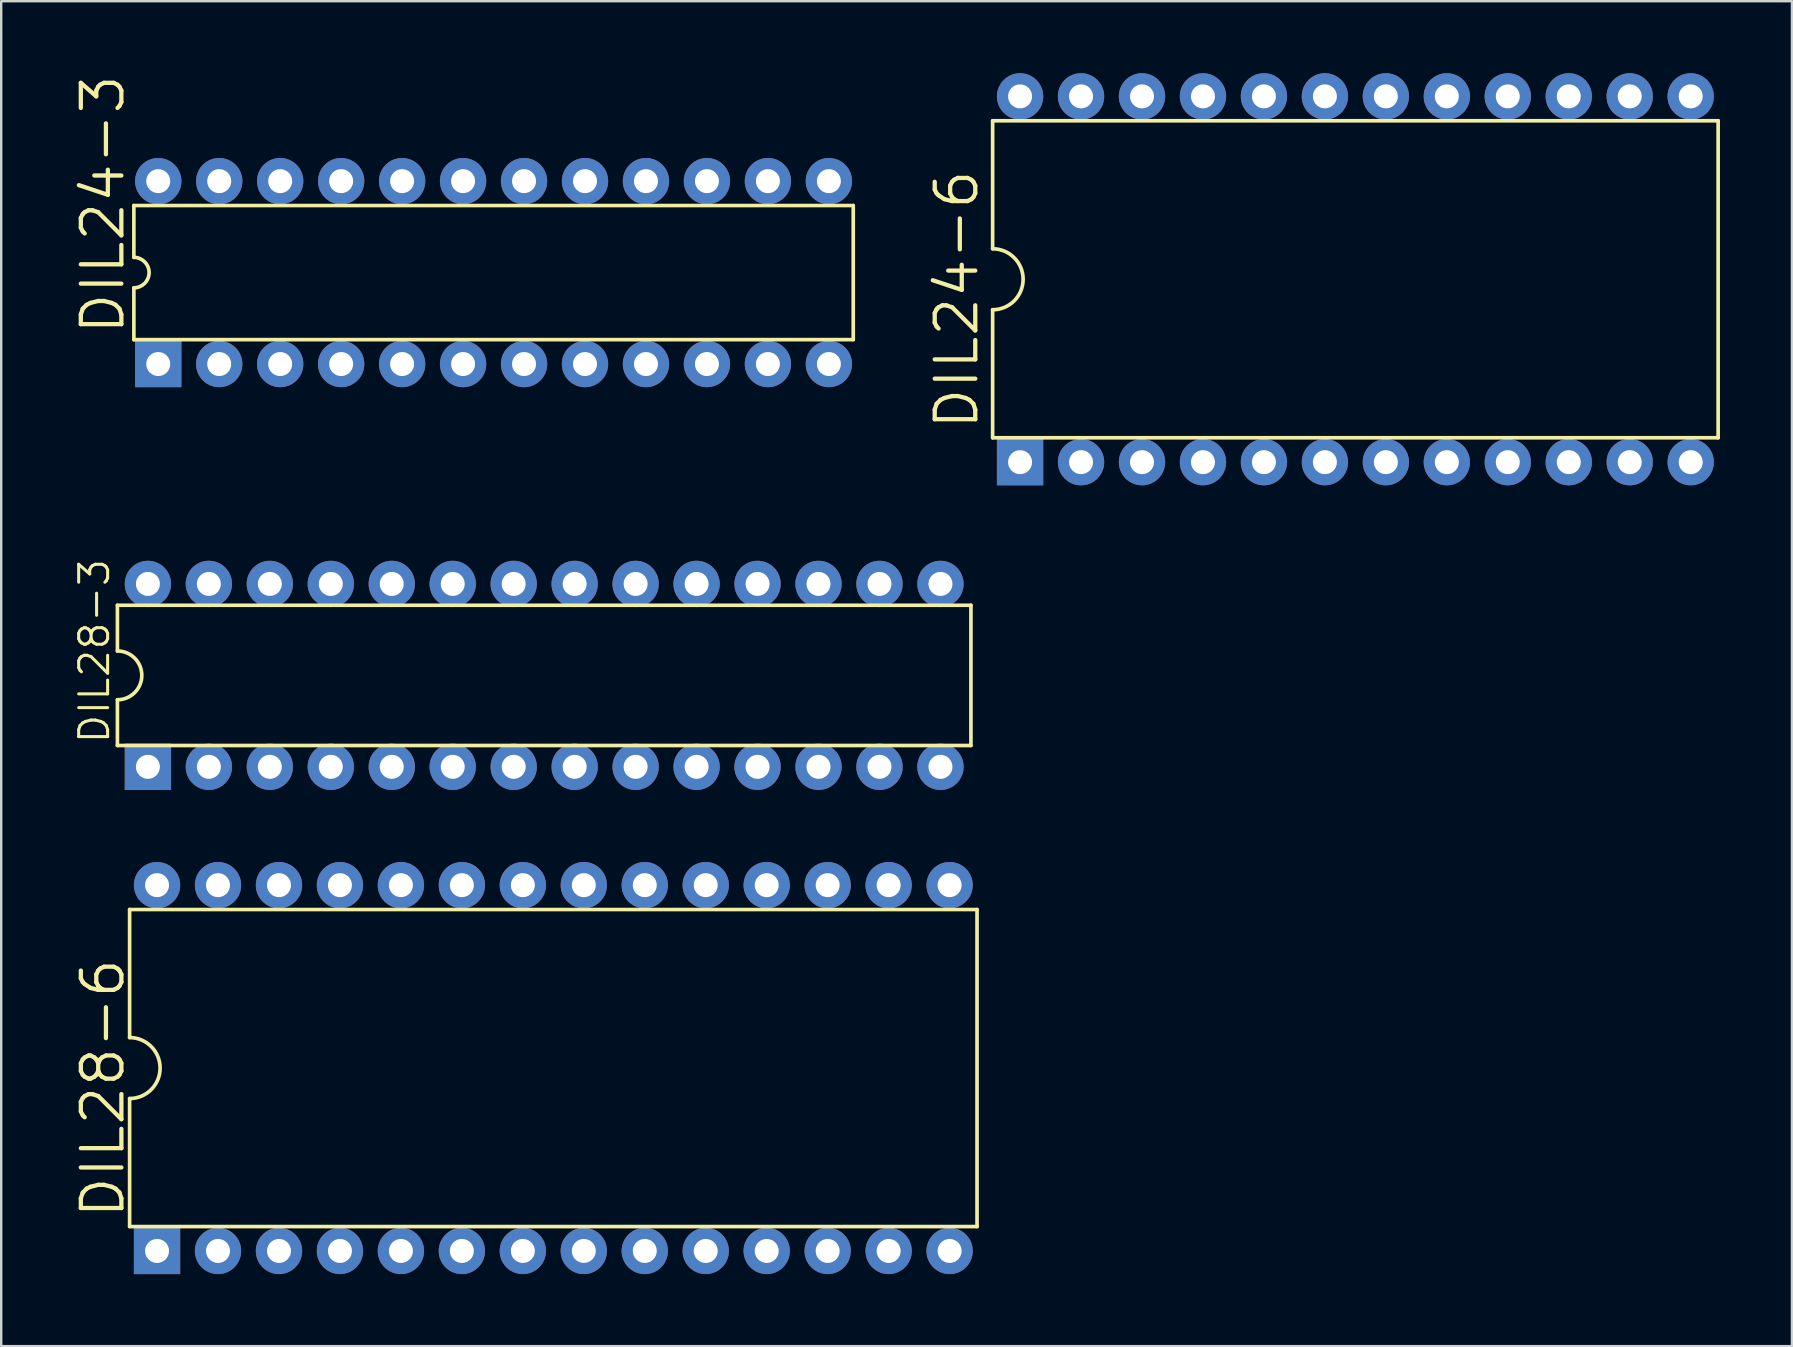
<source format=kicad_pcb>
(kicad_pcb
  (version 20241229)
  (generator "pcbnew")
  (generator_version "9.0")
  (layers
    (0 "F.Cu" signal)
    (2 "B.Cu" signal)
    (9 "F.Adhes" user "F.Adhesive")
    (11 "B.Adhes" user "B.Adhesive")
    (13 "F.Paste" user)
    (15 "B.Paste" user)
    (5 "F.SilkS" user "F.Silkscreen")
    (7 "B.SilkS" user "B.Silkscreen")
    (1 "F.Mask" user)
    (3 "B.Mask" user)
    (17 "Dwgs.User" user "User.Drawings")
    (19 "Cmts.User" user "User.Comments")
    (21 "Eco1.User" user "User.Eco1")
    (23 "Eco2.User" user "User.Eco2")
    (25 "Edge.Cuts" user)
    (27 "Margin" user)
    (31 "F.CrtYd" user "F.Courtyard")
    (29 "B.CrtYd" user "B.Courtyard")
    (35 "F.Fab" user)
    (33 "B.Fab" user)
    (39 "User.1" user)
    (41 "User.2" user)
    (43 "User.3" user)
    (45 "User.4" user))
  (footprint "DIL28-3"
    (layer "F.Cu")
    (at 19.622 25.088)
    (property "Reference" "DIL28-3" (at -18.034 2.921 90) (layer "F.SilkS") (effects (font (size 1.206 1.206) (thickness 0.127)) (justify left bottom)))
    (attr through_hole)
    (fp_line (start -17.78 -2.921) (end -17.78 -1.016) (stroke (width 0.152) (type solid)) (layer "F.SilkS"))
    (fp_line (start -17.78 2.921) (end -17.78 1.016) (stroke (width 0.152) (type solid)) (layer "F.SilkS"))
    (fp_line (start -17.78 2.921) (end 17.78 2.921) (stroke (width 0.152) (type solid)) (layer "F.SilkS"))
    (fp_line (start 17.78 -2.921) (end -17.78 -2.921) (stroke (width 0.152) (type solid)) (layer "F.SilkS"))
    (fp_line (start 17.78 -2.921) (end 17.78 2.921) (stroke (width 0.152) (type solid)) (layer "F.SilkS"))
    (fp_arc (start -17.78 -1.016) (mid -16.764 0) (end -17.78 1.016) (stroke (width 0.1524) (type solid)) (layer "F.SilkS"))
    (pad "1" thru_hole rect (at -16.51 3.81 90) (size 1.93 1.93) (drill 1) (layers "*.Cu" "*.Mask"))
    (pad "2" thru_hole oval (at -13.97 3.81 90) (size 1.93 1.93) (drill 1) (layers "*.Cu" "*.Mask"))
    (pad "3" thru_hole oval (at -11.43 3.81 90) (size 1.93 1.93) (drill 1) (layers "*.Cu" "*.Mask"))
    (pad "4" thru_hole oval (at -8.89 3.81 90) (size 1.93 1.93) (drill 1) (layers "*.Cu" "*.Mask"))
    (pad "5" thru_hole oval (at -6.35 3.81 90) (size 1.93 1.93) (drill 1) (layers "*.Cu" "*.Mask"))
    (pad "6" thru_hole oval (at -3.81 3.81 90) (size 1.93 1.93) (drill 1) (layers "*.Cu" "*.Mask"))
    (pad "7" thru_hole oval (at -1.27 3.81 90) (size 1.93 1.93) (drill 1) (layers "*.Cu" "*.Mask"))
    (pad "8" thru_hole oval (at 1.27 3.81 90) (size 1.93 1.93) (drill 1) (layers "*.Cu" "*.Mask"))
    (pad "9" thru_hole oval (at 3.81 3.81 90) (size 1.93 1.93) (drill 1) (layers "*.Cu" "*.Mask"))
    (pad "10" thru_hole oval (at 6.35 3.81 90) (size 1.93 1.93) (drill 1) (layers "*.Cu" "*.Mask"))
    (pad "11" thru_hole oval (at 8.89 3.81 90) (size 1.93 1.93) (drill 1) (layers "*.Cu" "*.Mask"))
    (pad "12" thru_hole oval (at 11.43 3.81 90) (size 1.93 1.93) (drill 1) (layers "*.Cu" "*.Mask"))
    (pad "13" thru_hole oval (at 13.97 3.81 90) (size 1.93 1.93) (drill 1) (layers "*.Cu" "*.Mask"))
    (pad "14" thru_hole oval (at 16.51 3.81 90) (size 1.93 1.93) (drill 1) (layers "*.Cu" "*.Mask"))
    (pad "15" thru_hole oval (at 16.51 -3.81 90) (size 1.93 1.93) (drill 1) (layers "*.Cu" "*.Mask"))
    (pad "16" thru_hole oval (at 13.97 -3.81 90) (size 1.93 1.93) (drill 1) (layers "*.Cu" "*.Mask"))
    (pad "17" thru_hole oval (at 11.43 -3.81 90) (size 1.93 1.93) (drill 1) (layers "*.Cu" "*.Mask"))
    (pad "18" thru_hole oval (at 8.89 -3.81 90) (size 1.93 1.93) (drill 1) (layers "*.Cu" "*.Mask"))
    (pad "19" thru_hole oval (at 6.35 -3.81 90) (size 1.93 1.93) (drill 1) (layers "*.Cu" "*.Mask"))
    (pad "20" thru_hole oval (at 3.81 -3.81 90) (size 1.93 1.93) (drill 1) (layers "*.Cu" "*.Mask"))
    (pad "21" thru_hole oval (at 1.27 -3.81 90) (size 1.93 1.93) (drill 1) (layers "*.Cu" "*.Mask"))
    (pad "22" thru_hole oval (at -1.27 -3.81 90) (size 1.93 1.93) (drill 1) (layers "*.Cu" "*.Mask"))
    (pad "23" thru_hole oval (at -3.81 -3.81 90) (size 1.93 1.93) (drill 1) (layers "*.Cu" "*.Mask"))
    (pad "24" thru_hole oval (at -6.35 -3.81 90) (size 1.93 1.93) (drill 1) (layers "*.Cu" "*.Mask"))
    (pad "25" thru_hole oval (at -8.89 -3.81 90) (size 1.93 1.93) (drill 1) (layers "*.Cu" "*.Mask"))
    (pad "26" thru_hole oval (at -11.43 -3.81 90) (size 1.93 1.93) (drill 1) (layers "*.Cu" "*.Mask"))
    (pad "27" thru_hole oval (at -13.97 -3.81 90) (size 1.93 1.93) (drill 1) (layers "*.Cu" "*.Mask"))
    (pad "28" thru_hole oval (at -16.51 -3.81 90) (size 1.93 1.93) (drill 1) (layers "*.Cu" "*.Mask")))
  (footprint "DIL24-3"
    (layer "F.Cu")
    (at 17.513 8.307)
    (property "Reference" "DIL24-3" (at -15.291 2.667 90) (layer "F.SilkS") (effects (font (size 1.689 1.689) (thickness 0.178)) (justify left bottom)))
    (attr through_hole)
    (fp_line (start -14.986 -2.794) (end -14.986 -0.635) (stroke (width 0.152) (type solid)) (layer "F.SilkS"))
    (fp_line (start -14.986 -2.794) (end 14.986 -2.794) (stroke (width 0.152) (type solid)) (layer "F.SilkS"))
    (fp_line (start -14.986 0.635) (end -14.986 2.794) (stroke (width 0.152) (type solid)) (layer "F.SilkS"))
    (fp_line (start -14.986 2.794) (end 14.986 2.794) (stroke (width 0.152) (type solid)) (layer "F.SilkS"))
    (fp_line (start 14.986 2.794) (end 14.986 -2.794) (stroke (width 0.152) (type solid)) (layer "F.SilkS"))
    (fp_arc (start -14.986 -0.635) (mid -14.351 0) (end -14.986 0.635) (stroke (width 0.1524) (type solid)) (layer "F.SilkS"))
    (pad "1" thru_hole rect (at -13.97 3.81 90) (size 1.93 1.93) (drill 1) (layers "*.Cu" "*.Mask"))
    (pad "2" thru_hole oval (at -11.43 3.81 90) (size 1.93 1.93) (drill 1) (layers "*.Cu" "*.Mask"))
    (pad "3" thru_hole oval (at -8.89 3.81 90) (size 1.93 1.93) (drill 1) (layers "*.Cu" "*.Mask"))
    (pad "4" thru_hole oval (at -6.35 3.81 90) (size 1.93 1.93) (drill 1) (layers "*.Cu" "*.Mask"))
    (pad "5" thru_hole oval (at -3.81 3.81 90) (size 1.93 1.93) (drill 1) (layers "*.Cu" "*.Mask"))
    (pad "6" thru_hole oval (at -1.27 3.81 90) (size 1.93 1.93) (drill 1) (layers "*.Cu" "*.Mask"))
    (pad "7" thru_hole oval (at 1.27 3.81 90) (size 1.93 1.93) (drill 1) (layers "*.Cu" "*.Mask"))
    (pad "8" thru_hole oval (at 3.81 3.81 90) (size 1.93 1.93) (drill 1) (layers "*.Cu" "*.Mask"))
    (pad "9" thru_hole oval (at 6.35 3.81 90) (size 1.93 1.93) (drill 1) (layers "*.Cu" "*.Mask"))
    (pad "10" thru_hole oval (at 8.89 3.81 90) (size 1.93 1.93) (drill 1) (layers "*.Cu" "*.Mask"))
    (pad "11" thru_hole oval (at 11.43 3.81 90) (size 1.93 1.93) (drill 1) (layers "*.Cu" "*.Mask"))
    (pad "12" thru_hole oval (at 13.97 3.81 90) (size 1.93 1.93) (drill 1) (layers "*.Cu" "*.Mask"))
    (pad "13" thru_hole oval (at 13.97 -3.81 90) (size 1.93 1.93) (drill 1) (layers "*.Cu" "*.Mask"))
    (pad "14" thru_hole oval (at 11.43 -3.81 90) (size 1.93 1.93) (drill 1) (layers "*.Cu" "*.Mask"))
    (pad "15" thru_hole oval (at 8.89 -3.81 90) (size 1.93 1.93) (drill 1) (layers "*.Cu" "*.Mask"))
    (pad "16" thru_hole oval (at 6.35 -3.81 90) (size 1.93 1.93) (drill 1) (layers "*.Cu" "*.Mask"))
    (pad "17" thru_hole oval (at 3.81 -3.81 90) (size 1.93 1.93) (drill 1) (layers "*.Cu" "*.Mask"))
    (pad "18" thru_hole oval (at 1.27 -3.81 90) (size 1.93 1.93) (drill 1) (layers "*.Cu" "*.Mask"))
    (pad "19" thru_hole oval (at -1.27 -3.81 90) (size 1.93 1.93) (drill 1) (layers "*.Cu" "*.Mask"))
    (pad "20" thru_hole oval (at -3.81 -3.81 90) (size 1.93 1.93) (drill 1) (layers "*.Cu" "*.Mask"))
    (pad "21" thru_hole oval (at -6.35 -3.81 90) (size 1.93 1.93) (drill 1) (layers "*.Cu" "*.Mask"))
    (pad "22" thru_hole oval (at -8.89 -3.81 90) (size 1.93 1.93) (drill 1) (layers "*.Cu" "*.Mask"))
    (pad "23" thru_hole oval (at -11.43 -3.81 90) (size 1.93 1.93) (drill 1) (layers "*.Cu" "*.Mask"))
    (pad "24" thru_hole oval (at -13.97 -3.81 90) (size 1.93 1.93) (drill 1) (layers "*.Cu" "*.Mask")))
  (footprint "DIL28-6"
    (layer "F.Cu")
    (at 20.003 41.448)
    (property "Reference" "DIL28-6" (at -17.78 6.35 90) (layer "F.SilkS") (effects (font (size 1.689 1.689) (thickness 0.178)) (justify left bottom)))
    (attr through_hole)
    (fp_line (start -17.653 -6.604) (end -17.653 -1.27) (stroke (width 0.152) (type solid)) (layer "F.SilkS"))
    (fp_line (start -17.653 -6.604) (end 17.653 -6.604) (stroke (width 0.152) (type solid)) (layer "F.SilkS"))
    (fp_line (start -17.653 1.27) (end -17.653 6.604) (stroke (width 0.152) (type solid)) (layer "F.SilkS"))
    (fp_line (start -17.653 6.604) (end 17.653 6.604) (stroke (width 0.152) (type solid)) (layer "F.SilkS"))
    (fp_line (start 17.653 6.604) (end 17.653 -6.604) (stroke (width 0.152) (type solid)) (layer "F.SilkS"))
    (fp_arc (start -17.653 -1.27) (mid -16.383 0) (end -17.653 1.27) (stroke (width 0.1524) (type solid)) (layer "F.SilkS"))
    (pad "1" thru_hole rect (at -16.51 7.62 90) (size 1.93 1.93) (drill 1) (layers "*.Cu" "*.Mask"))
    (pad "2" thru_hole oval (at -13.97 7.62 90) (size 1.93 1.93) (drill 1) (layers "*.Cu" "*.Mask"))
    (pad "3" thru_hole oval (at -11.43 7.62 90) (size 1.93 1.93) (drill 1) (layers "*.Cu" "*.Mask"))
    (pad "4" thru_hole oval (at -8.89 7.62 90) (size 1.93 1.93) (drill 1) (layers "*.Cu" "*.Mask"))
    (pad "5" thru_hole oval (at -6.35 7.62 90) (size 1.93 1.93) (drill 1) (layers "*.Cu" "*.Mask"))
    (pad "6" thru_hole oval (at -3.81 7.62 90) (size 1.93 1.93) (drill 1) (layers "*.Cu" "*.Mask"))
    (pad "7" thru_hole oval (at -1.27 7.62 90) (size 1.93 1.93) (drill 1) (layers "*.Cu" "*.Mask"))
    (pad "8" thru_hole oval (at 1.27 7.62 90) (size 1.93 1.93) (drill 1) (layers "*.Cu" "*.Mask"))
    (pad "9" thru_hole oval (at 3.81 7.62 90) (size 1.93 1.93) (drill 1) (layers "*.Cu" "*.Mask"))
    (pad "10" thru_hole oval (at 6.35 7.62 90) (size 1.93 1.93) (drill 1) (layers "*.Cu" "*.Mask"))
    (pad "11" thru_hole oval (at 8.89 7.62 90) (size 1.93 1.93) (drill 1) (layers "*.Cu" "*.Mask"))
    (pad "12" thru_hole oval (at 11.43 7.62 90) (size 1.93 1.93) (drill 1) (layers "*.Cu" "*.Mask"))
    (pad "13" thru_hole oval (at 13.97 7.62 90) (size 1.93 1.93) (drill 1) (layers "*.Cu" "*.Mask"))
    (pad "14" thru_hole oval (at 16.51 7.62 90) (size 1.93 1.93) (drill 1) (layers "*.Cu" "*.Mask"))
    (pad "15" thru_hole oval (at 16.51 -7.62 90) (size 1.93 1.93) (drill 1) (layers "*.Cu" "*.Mask"))
    (pad "16" thru_hole oval (at 13.97 -7.62 90) (size 1.93 1.93) (drill 1) (layers "*.Cu" "*.Mask"))
    (pad "17" thru_hole oval (at 11.43 -7.62 90) (size 1.93 1.93) (drill 1) (layers "*.Cu" "*.Mask"))
    (pad "18" thru_hole oval (at 8.89 -7.62 90) (size 1.93 1.93) (drill 1) (layers "*.Cu" "*.Mask"))
    (pad "19" thru_hole oval (at 6.35 -7.62 90) (size 1.93 1.93) (drill 1) (layers "*.Cu" "*.Mask"))
    (pad "20" thru_hole oval (at 3.81 -7.62 90) (size 1.93 1.93) (drill 1) (layers "*.Cu" "*.Mask"))
    (pad "21" thru_hole oval (at 1.27 -7.62 90) (size 1.93 1.93) (drill 1) (layers "*.Cu" "*.Mask"))
    (pad "22" thru_hole oval (at -1.27 -7.62 90) (size 1.93 1.93) (drill 1) (layers "*.Cu" "*.Mask"))
    (pad "23" thru_hole oval (at -3.81 -7.62 90) (size 1.93 1.93) (drill 1) (layers "*.Cu" "*.Mask"))
    (pad "24" thru_hole oval (at -6.35 -7.62 90) (size 1.93 1.93) (drill 1) (layers "*.Cu" "*.Mask"))
    (pad "25" thru_hole oval (at -8.89 -7.62 90) (size 1.93 1.93) (drill 1) (layers "*.Cu" "*.Mask"))
    (pad "26" thru_hole oval (at -11.43 -7.62 90) (size 1.93 1.93) (drill 1) (layers "*.Cu" "*.Mask"))
    (pad "27" thru_hole oval (at -13.97 -7.62 90) (size 1.93 1.93) (drill 1) (layers "*.Cu" "*.Mask"))
    (pad "28" thru_hole oval (at -16.51 -7.62 90) (size 1.93 1.93) (drill 1) (layers "*.Cu" "*.Mask")))
  (footprint "DIL24-6"
    (layer "F.Cu")
    (at 53.419 8.585)
    (property "Reference" "DIL24-6" (at -15.621 6.35 90) (layer "F.SilkS") (effects (font (size 1.689 1.689) (thickness 0.178)) (justify left bottom)))
    (attr through_hole)
    (fp_line (start -15.113 -6.604) (end -15.113 -1.27) (stroke (width 0.152) (type solid)) (layer "F.SilkS"))
    (fp_line (start -15.113 -6.604) (end 15.113 -6.604) (stroke (width 0.152) (type solid)) (layer "F.SilkS"))
    (fp_line (start -15.113 1.27) (end -15.113 6.604) (stroke (width 0.152) (type solid)) (layer "F.SilkS"))
    (fp_line (start -15.113 6.604) (end 15.113 6.604) (stroke (width 0.152) (type solid)) (layer "F.SilkS"))
    (fp_line (start 15.113 6.604) (end 15.113 -6.604) (stroke (width 0.152) (type solid)) (layer "F.SilkS"))
    (fp_arc (start -15.113 -1.27) (mid -13.843 0) (end -15.113 1.27) (stroke (width 0.1524) (type solid)) (layer "F.SilkS"))
    (pad "1" thru_hole rect (at -13.97 7.62 90) (size 1.93 1.93) (drill 1) (layers "*.Cu" "*.Mask"))
    (pad "2" thru_hole oval (at -11.43 7.62 90) (size 1.93 1.93) (drill 1) (layers "*.Cu" "*.Mask"))
    (pad "3" thru_hole oval (at -8.89 7.62 90) (size 1.93 1.93) (drill 1) (layers "*.Cu" "*.Mask"))
    (pad "4" thru_hole oval (at -6.35 7.62 90) (size 1.93 1.93) (drill 1) (layers "*.Cu" "*.Mask"))
    (pad "5" thru_hole oval (at -3.81 7.62 90) (size 1.93 1.93) (drill 1) (layers "*.Cu" "*.Mask"))
    (pad "6" thru_hole oval (at -1.27 7.62 90) (size 1.93 1.93) (drill 1) (layers "*.Cu" "*.Mask"))
    (pad "7" thru_hole oval (at 1.27 7.62 90) (size 1.93 1.93) (drill 1) (layers "*.Cu" "*.Mask"))
    (pad "8" thru_hole oval (at 3.81 7.62 90) (size 1.93 1.93) (drill 1) (layers "*.Cu" "*.Mask"))
    (pad "9" thru_hole oval (at 6.35 7.62 90) (size 1.93 1.93) (drill 1) (layers "*.Cu" "*.Mask"))
    (pad "10" thru_hole oval (at 8.89 7.62 90) (size 1.93 1.93) (drill 1) (layers "*.Cu" "*.Mask"))
    (pad "11" thru_hole oval (at 11.43 7.62 90) (size 1.93 1.93) (drill 1) (layers "*.Cu" "*.Mask"))
    (pad "12" thru_hole oval (at 13.97 7.62 90) (size 1.93 1.93) (drill 1) (layers "*.Cu" "*.Mask"))
    (pad "13" thru_hole oval (at 13.97 -7.62 90) (size 1.93 1.93) (drill 1) (layers "*.Cu" "*.Mask"))
    (pad "14" thru_hole oval (at 11.43 -7.62 90) (size 1.93 1.93) (drill 1) (layers "*.Cu" "*.Mask"))
    (pad "15" thru_hole oval (at 8.89 -7.62 90) (size 1.93 1.93) (drill 1) (layers "*.Cu" "*.Mask"))
    (pad "16" thru_hole oval (at 6.35 -7.62 90) (size 1.93 1.93) (drill 1) (layers "*.Cu" "*.Mask"))
    (pad "17" thru_hole oval (at 3.81 -7.62 90) (size 1.93 1.93) (drill 1) (layers "*.Cu" "*.Mask"))
    (pad "18" thru_hole oval (at 1.27 -7.62 90) (size 1.93 1.93) (drill 1) (layers "*.Cu" "*.Mask"))
    (pad "19" thru_hole oval (at -1.27 -7.62 90) (size 1.93 1.93) (drill 1) (layers "*.Cu" "*.Mask"))
    (pad "20" thru_hole oval (at -3.81 -7.62 90) (size 1.93 1.93) (drill 1) (layers "*.Cu" "*.Mask"))
    (pad "21" thru_hole oval (at -6.35 -7.62 90) (size 1.93 1.93) (drill 1) (layers "*.Cu" "*.Mask"))
    (pad "22" thru_hole oval (at -8.89 -7.62 90) (size 1.93 1.93) (drill 1) (layers "*.Cu" "*.Mask"))
    (pad "23" thru_hole oval (at -11.43 -7.62 90) (size 1.93 1.93) (drill 1) (layers "*.Cu" "*.Mask"))
    (pad "24" thru_hole oval (at -13.97 -7.62 90) (size 1.93 1.93) (drill 1) (layers "*.Cu" "*.Mask")))
  (gr_rect
    (start -3 -3)
    (end 71.608 53.033)
    (stroke (width 0.1) (type default))
    (fill no)
    (layer "Edge.Cuts")))
</source>
